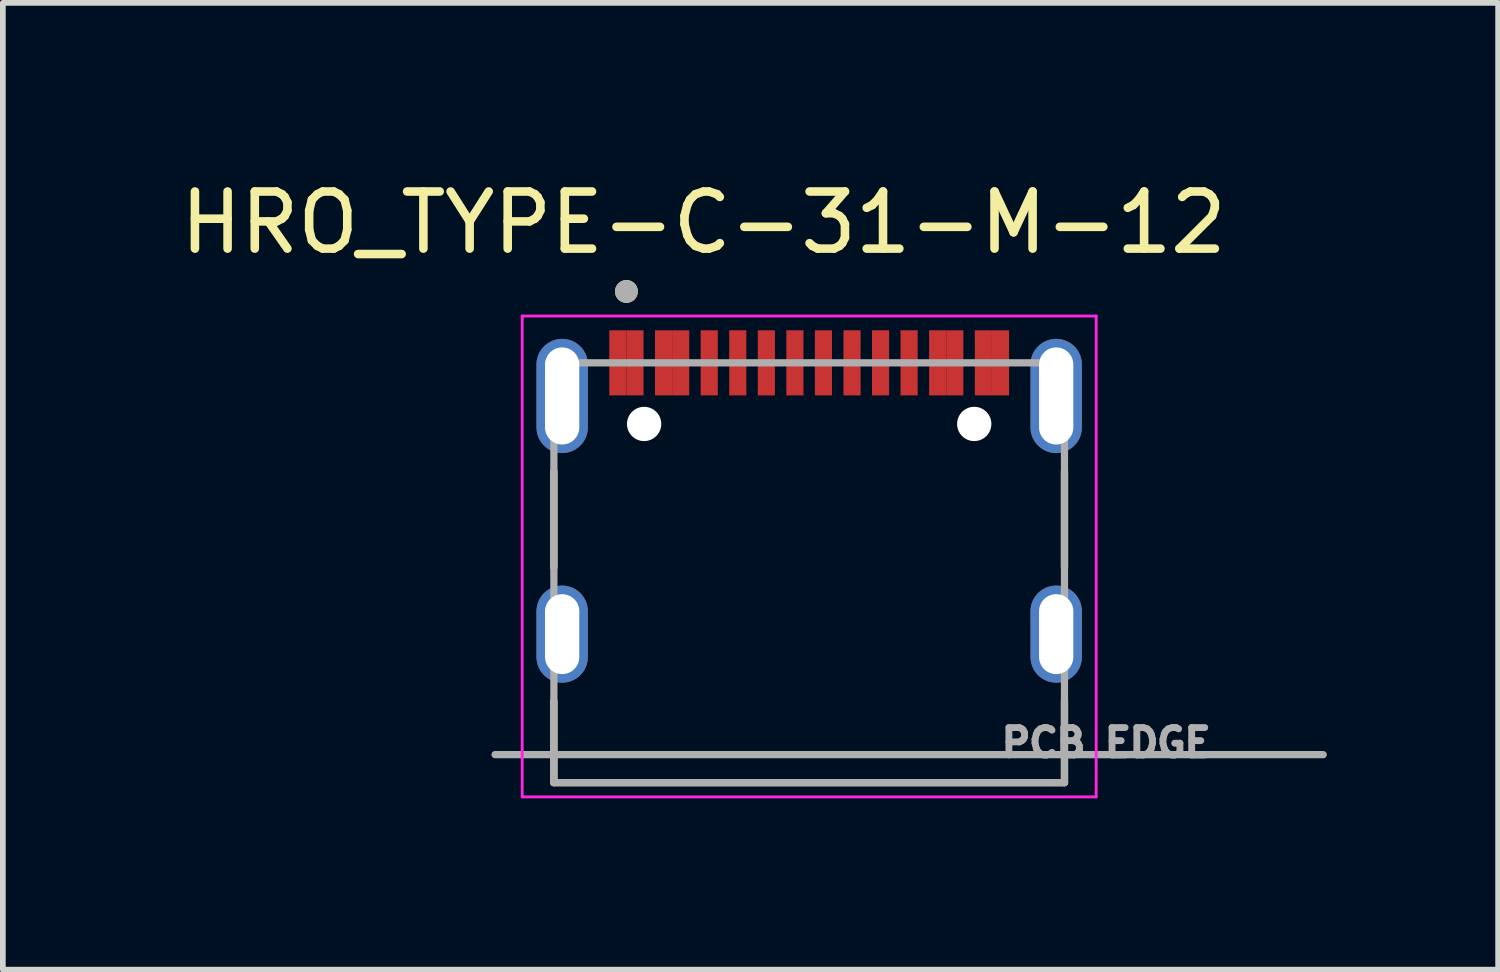
<source format=kicad_pcb>
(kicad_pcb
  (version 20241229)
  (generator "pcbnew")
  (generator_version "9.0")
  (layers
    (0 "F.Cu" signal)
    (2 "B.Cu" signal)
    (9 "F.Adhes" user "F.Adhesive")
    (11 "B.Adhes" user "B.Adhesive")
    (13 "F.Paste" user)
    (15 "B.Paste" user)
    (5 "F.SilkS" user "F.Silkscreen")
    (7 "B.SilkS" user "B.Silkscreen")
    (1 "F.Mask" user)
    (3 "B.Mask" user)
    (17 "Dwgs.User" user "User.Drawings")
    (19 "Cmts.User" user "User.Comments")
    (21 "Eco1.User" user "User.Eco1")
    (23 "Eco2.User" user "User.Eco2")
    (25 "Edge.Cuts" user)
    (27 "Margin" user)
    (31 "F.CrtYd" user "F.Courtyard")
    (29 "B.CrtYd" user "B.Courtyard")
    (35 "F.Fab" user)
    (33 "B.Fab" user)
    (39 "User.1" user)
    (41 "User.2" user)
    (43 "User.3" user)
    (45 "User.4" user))
  (footprint "HRO_TYPE-C-31-M-12"
    (layer "F.Cu")
    (at 11.118 8.053)
    (property "Reference" "HRO_TYPE-C-31-M-12" (at -1.85 -7.205 0) (layer "F.SilkS") (effects (font (size 1 1) (thickness 0.15))))
    (attr through_hole)
    (fp_poly (pts (xy -3.55 -5.37) (xy -2.85 -5.37) (xy -2.85 -4.13) (xy -3.55 -4.13)) (stroke (width 0.01) (type solid)) (fill yes) (layer "F.Mask"))
    (fp_poly (pts (xy -2.75 -5.37) (xy -2.05 -5.37) (xy -2.05 -4.13) (xy -2.75 -4.13)) (stroke (width 0.01) (type solid)) (fill yes) (layer "F.Mask"))
    (fp_poly (pts (xy -1.95 -5.37) (xy -1.55 -5.37) (xy -1.55 -4.13) (xy -1.95 -4.13)) (stroke (width 0.01) (type solid)) (fill yes) (layer "F.Mask"))
    (fp_poly (pts (xy -1.45 -5.37) (xy -1.05 -5.37) (xy -1.05 -4.13) (xy -1.45 -4.13)) (stroke (width 0.01) (type solid)) (fill yes) (layer "F.Mask"))
    (fp_poly (pts (xy -0.95 -5.37) (xy -0.55 -5.37) (xy -0.55 -4.13) (xy -0.95 -4.13)) (stroke (width 0.01) (type solid)) (fill yes) (layer "F.Mask"))
    (fp_poly (pts (xy -0.45 -5.37) (xy -0.05 -5.37) (xy -0.05 -4.13) (xy -0.45 -4.13)) (stroke (width 0.01) (type solid)) (fill yes) (layer "F.Mask"))
    (fp_poly (pts (xy 0.05 -5.37) (xy 0.45 -5.37) (xy 0.45 -4.13) (xy 0.05 -4.13)) (stroke (width 0.01) (type solid)) (fill yes) (layer "F.Mask"))
    (fp_poly (pts (xy 0.55 -5.37) (xy 0.95 -5.37) (xy 0.95 -4.13) (xy 0.55 -4.13)) (stroke (width 0.01) (type solid)) (fill yes) (layer "F.Mask"))
    (fp_poly (pts (xy 1.05 -5.37) (xy 1.45 -5.37) (xy 1.45 -4.13) (xy 1.05 -4.13)) (stroke (width 0.01) (type solid)) (fill yes) (layer "F.Mask"))
    (fp_poly (pts (xy 1.55 -5.37) (xy 1.95 -5.37) (xy 1.95 -4.13) (xy 1.55 -4.13)) (stroke (width 0.01) (type solid)) (fill yes) (layer "F.Mask"))
    (fp_poly (pts (xy 2.05 -5.37) (xy 2.75 -5.37) (xy 2.75 -4.13) (xy 2.05 -4.13)) (stroke (width 0.01) (type solid)) (fill yes) (layer "F.Mask"))
    (fp_poly (pts (xy 2.85 -5.37) (xy 3.55 -5.37) (xy 3.55 -4.13) (xy 2.85 -4.13)) (stroke (width 0.01) (type solid)) (fill yes) (layer "F.Mask"))
    (fp_line (start -4.47 -2.85) (end -4.47 -1.17) (stroke (width 0.127) (type solid)) (layer "F.SilkS"))
    (fp_line (start -4.47 2.6) (end -4.47 1.17) (stroke (width 0.127) (type solid)) (layer "F.SilkS"))
    (fp_line (start -4.47 2.6) (end 4.47 2.6) (stroke (width 0.127) (type solid)) (layer "F.SilkS"))
    (fp_line (start 4.47 -2.85) (end 4.47 -1.17) (stroke (width 0.127) (type solid)) (layer "F.SilkS"))
    (fp_line (start 4.47 2.6) (end 4.47 1.17) (stroke (width 0.127) (type solid)) (layer "F.SilkS"))
    (fp_circle (center -3.2 -6) (end -3.1 -6) (stroke (width 0.2) (type solid)) (fill no) (layer "F.SilkS"))
    (fp_line (start -5.025 -5.57) (end -5.025 2.85) (stroke (width 0.05) (type solid)) (layer "F.CrtYd"))
    (fp_line (start -5.025 2.85) (end 5.025 2.85) (stroke (width 0.05) (type solid)) (layer "F.CrtYd"))
    (fp_line (start 5.025 -5.57) (end -5.025 -5.57) (stroke (width 0.05) (type solid)) (layer "F.CrtYd"))
    (fp_line (start 5.025 2.85) (end 5.025 -5.57) (stroke (width 0.05) (type solid)) (layer "F.CrtYd"))
    (fp_line (start -5.5 2.11) (end 9 2.11) (stroke (width 0.127) (type solid)) (layer "F.Fab"))
    (fp_line (start -4.47 -4.75) (end -4.47 2.6) (stroke (width 0.127) (type solid)) (layer "F.Fab"))
    (fp_line (start -4.47 2.6) (end 4.47 2.6) (stroke (width 0.127) (type solid)) (layer "F.Fab"))
    (fp_line (start 4.47 -4.75) (end -4.47 -4.75) (stroke (width 0.127) (type solid)) (layer "F.Fab"))
    (fp_line (start 4.47 2.6) (end 4.47 -4.75) (stroke (width 0.127) (type solid)) (layer "F.Fab"))
    (fp_circle (center -3.2 -6) (end -3.1 -6) (stroke (width 0.2) (type solid)) (fill no) (layer "F.Fab"))
    (fp_text user "PCB EDGE" (at 5.2 1.9 0) (layer "F.Fab") (effects (font (size 0.48 0.48) (thickness 0.15))))
    (pad "" np_thru_hole circle (at -2.89 -3.68) (size 0.6 0.6) (drill 0.6) (layers "*.Cu" "*.Mask"))
    (pad "" np_thru_hole circle (at 2.89 -3.68) (size 0.6 0.6) (drill 0.6) (layers "*.Cu" "*.Mask"))
    (pad "A1" smd rect (at -3.35 -4.75) (size 0.3 1.14) (layers "F.Cu" "F.Paste"))
    (pad "A4" smd rect (at -2.55 -4.75) (size 0.3 1.14) (layers "F.Cu" "F.Paste"))
    (pad "A5" smd rect (at -1.25 -4.75) (size 0.3 1.14) (layers "F.Cu" "F.Paste"))
    (pad "A6" smd rect (at -0.25 -4.75) (size 0.3 1.14) (layers "F.Cu" "F.Paste"))
    (pad "A7" smd rect (at 0.25 -4.75) (size 0.3 1.14) (layers "F.Cu" "F.Paste"))
    (pad "A8" smd rect (at 1.25 -4.75) (size 0.3 1.14) (layers "F.Cu" "F.Paste"))
    (pad "A9" smd rect (at 2.55 -4.75) (size 0.3 1.14) (layers "F.Cu" "F.Paste"))
    (pad "A12" smd rect (at 3.35 -4.75) (size 0.3 1.14) (layers "F.Cu" "F.Paste"))
    (pad "B1" smd rect (at 3.05 -4.75) (size 0.3 1.14) (layers "F.Cu" "F.Paste"))
    (pad "B4" smd rect (at 2.25 -4.75) (size 0.3 1.14) (layers "F.Cu" "F.Paste"))
    (pad "B5" smd rect (at 1.75 -4.75) (size 0.3 1.14) (layers "F.Cu" "F.Paste"))
    (pad "B6" smd rect (at 0.75 -4.75) (size 0.3 1.14) (layers "F.Cu" "F.Paste"))
    (pad "B7" smd rect (at -0.75 -4.75) (size 0.3 1.14) (layers "F.Cu" "F.Paste"))
    (pad "B8" smd rect (at -1.75 -4.75) (size 0.3 1.14) (layers "F.Cu" "F.Paste"))
    (pad "B9" smd rect (at -2.25 -4.75) (size 0.3 1.14) (layers "F.Cu" "F.Paste"))
    (pad "B12" smd rect (at -3.05 -4.75) (size 0.3 1.14) (layers "F.Cu" "F.Paste"))
    (pad "S1" thru_hole oval (at -4.325 -4.17) (size 0.9 2) (drill oval 0.6 1.7) (layers "*.Cu" "*.Mask"))
    (pad "S2" thru_hole oval (at 4.325 -4.17) (size 0.9 2) (drill oval 0.6 1.7) (layers "*.Cu" "*.Mask"))
    (pad "S3" thru_hole oval (at -4.325 0) (size 0.9 1.7) (drill oval 0.6 1.4) (layers "*.Cu" "*.Mask"))
    (pad "S4" thru_hole oval (at 4.325 0) (size 0.9 1.7) (drill oval 0.6 1.4) (layers "*.Cu" "*.Mask")))
  (gr_rect
    (start -3 -3)
    (end 23.181 13.928)
    (stroke (width 0.1) (type default))
    (fill no)
    (layer "Edge.Cuts")))
</source>
